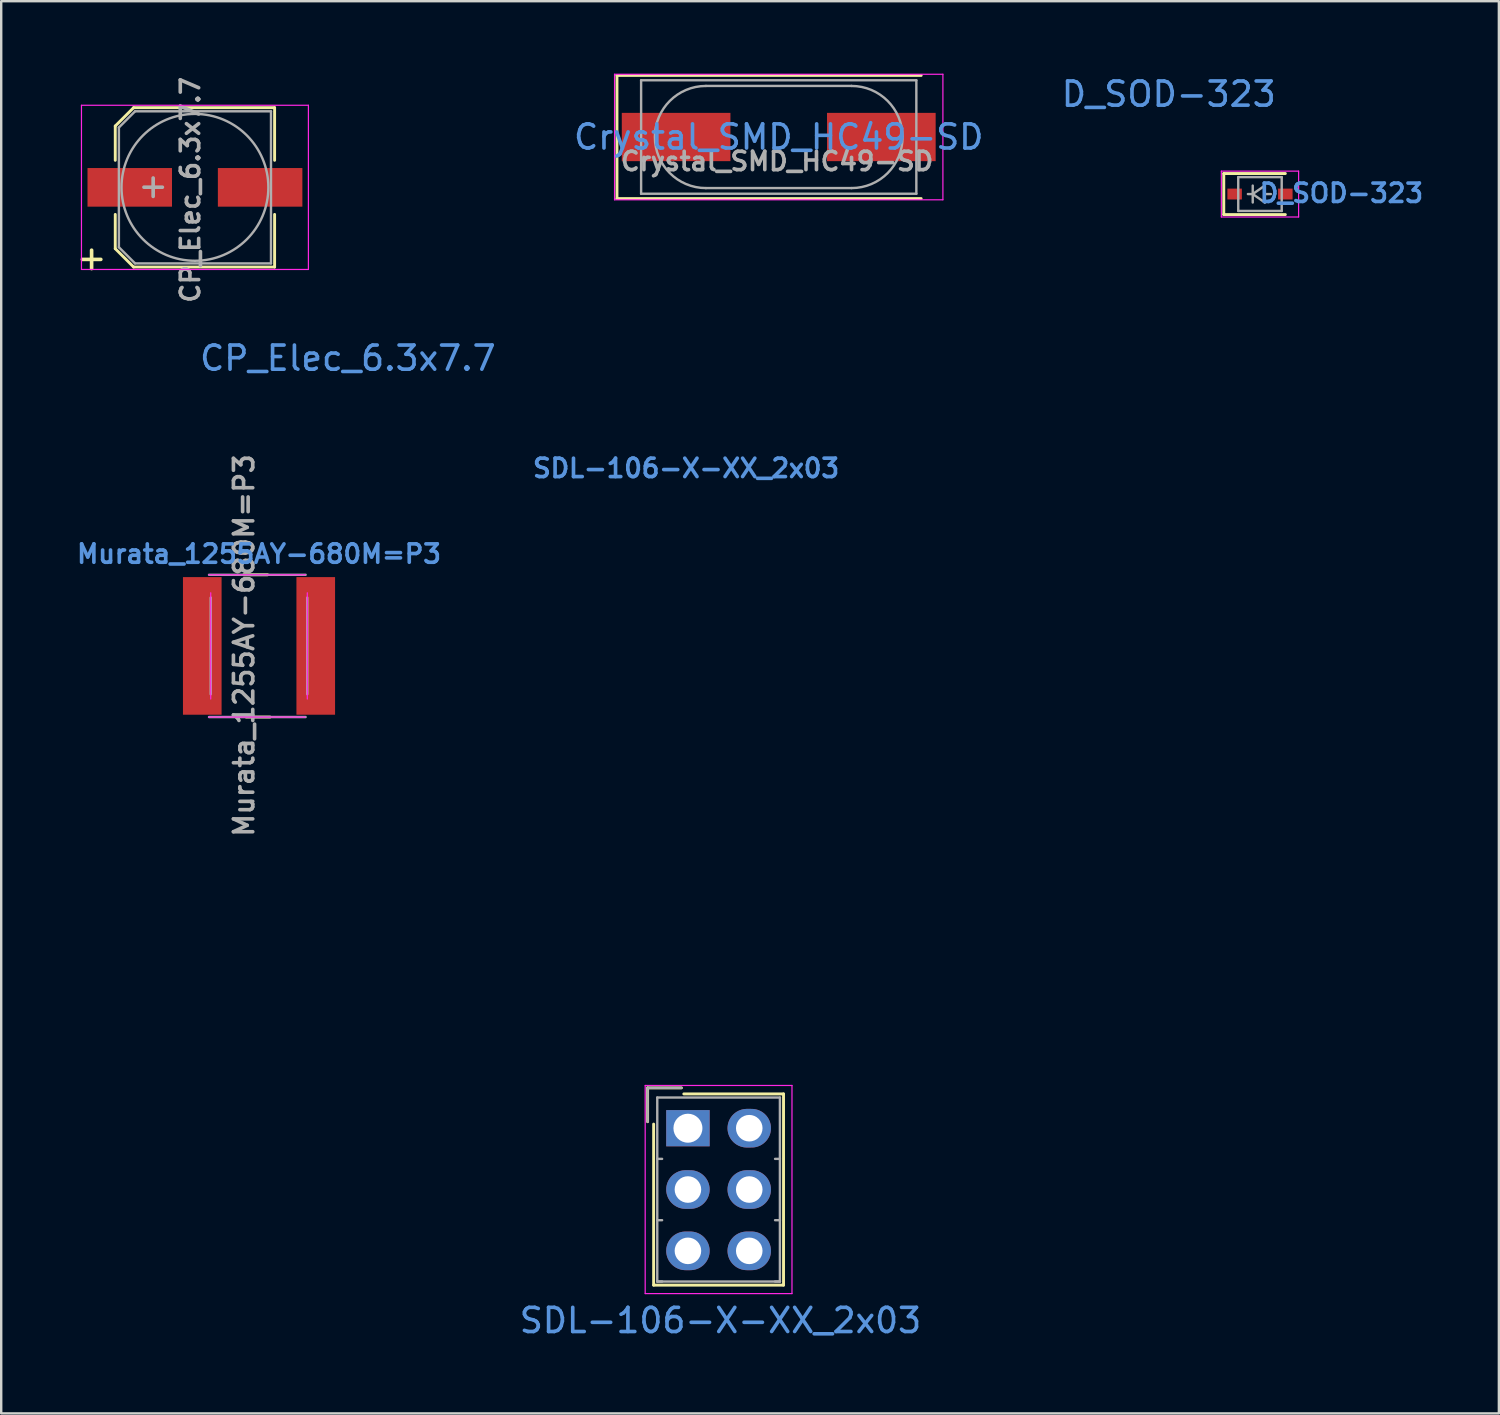
<source format=kicad_pcb>
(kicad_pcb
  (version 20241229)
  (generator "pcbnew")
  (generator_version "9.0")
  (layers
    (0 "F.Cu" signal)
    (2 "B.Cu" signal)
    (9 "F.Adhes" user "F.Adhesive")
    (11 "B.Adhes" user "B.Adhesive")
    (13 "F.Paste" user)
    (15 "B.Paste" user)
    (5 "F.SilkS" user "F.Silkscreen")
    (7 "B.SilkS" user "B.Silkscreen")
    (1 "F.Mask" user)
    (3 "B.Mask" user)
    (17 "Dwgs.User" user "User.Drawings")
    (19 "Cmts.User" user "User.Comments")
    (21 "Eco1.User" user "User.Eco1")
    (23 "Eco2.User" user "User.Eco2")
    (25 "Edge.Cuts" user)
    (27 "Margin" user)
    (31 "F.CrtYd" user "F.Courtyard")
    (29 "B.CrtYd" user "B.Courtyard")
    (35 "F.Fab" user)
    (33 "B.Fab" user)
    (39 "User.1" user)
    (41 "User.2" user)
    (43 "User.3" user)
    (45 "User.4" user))
  (footprint "CP_Elec_6.3x7.7"
    (layer "F.Cu")
    (at 5.024 4.71)
    (property "Reference" "CP_Elec_6.3x7.7" (at -0.19 0.101 90) (layer "F.Fab") (effects (font (size 0.762 0.762) (thickness 0.15))))
    (attr smd)
    (fp_line (start -3.3 -2.54) (end -3.3 -1.12) (stroke (width 0.12) (type solid)) (layer "F.SilkS"))
    (fp_line (start -3.3 -2.54) (end -2.54 -3.3) (stroke (width 0.12) (type solid)) (layer "F.SilkS"))
    (fp_line (start -3.3 2.54) (end -3.3 1.12) (stroke (width 0.12) (type solid)) (layer "F.SilkS"))
    (fp_line (start -2.54 -3.3) (end 3.3 -3.3) (stroke (width 0.12) (type solid)) (layer "F.SilkS"))
    (fp_line (start -2.54 3.3) (end -3.3 2.54) (stroke (width 0.12) (type solid)) (layer "F.SilkS"))
    (fp_line (start 3.3 -3.3) (end 3.3 -1.12) (stroke (width 0.12) (type solid)) (layer "F.SilkS"))
    (fp_line (start 3.3 3.3) (end -2.54 3.3) (stroke (width 0.12) (type solid)) (layer "F.SilkS"))
    (fp_line (start 3.3 3.3) (end 3.3 1.12) (stroke (width 0.12) (type solid)) (layer "F.SilkS"))
    (fp_line (start -4.7 -3.4) (end -4.7 3.4) (stroke (width 0.05) (type solid)) (layer "F.CrtYd"))
    (fp_line (start -4.7 -3.4) (end 4.7 -3.4) (stroke (width 0.05) (type solid)) (layer "F.CrtYd"))
    (fp_line (start 4.7 3.4) (end -4.7 3.4) (stroke (width 0.05) (type solid)) (layer "F.CrtYd"))
    (fp_line (start 4.7 3.4) (end 4.7 -3.4) (stroke (width 0.05) (type solid)) (layer "F.CrtYd"))
    (fp_line (start -3.15 -2.48) (end -3.15 2.48) (stroke (width 0.1) (type solid)) (layer "F.Fab"))
    (fp_line (start -3.15 2.48) (end -2.48 3.15) (stroke (width 0.1) (type solid)) (layer "F.Fab"))
    (fp_line (start -2.48 -3.15) (end -3.15 -2.48) (stroke (width 0.1) (type solid)) (layer "F.Fab"))
    (fp_line (start -2.48 3.15) (end 3.15 3.15) (stroke (width 0.1) (type solid)) (layer "F.Fab"))
    (fp_line (start 3.15 -3.15) (end -2.48 -3.15) (stroke (width 0.1) (type solid)) (layer "F.Fab"))
    (fp_line (start 3.15 3.15) (end 3.15 -3.15) (stroke (width 0.1) (type solid)) (layer "F.Fab"))
    (fp_circle (center 0 0) (end 0.5 3) (stroke (width 0.1) (type solid)) (fill no) (layer "F.Fab"))
    (fp_text user "+" (at -4.28 2.91 0) (layer "F.SilkS") (effects (font (size 1 1) (thickness 0.15))))
    (fp_text user "${REFERENCE}" (at 6.335 7.076 0) (layer "Cmts.User") (effects (font (size 1 1) (thickness 0.15))))
    (fp_text user "+" (at -1.73 -0.08 0) (layer "F.Fab") (effects (font (size 1 1) (thickness 0.15))))
    (pad "1" smd rect (at -2.7 0 180) (size 3.5 1.6) (layers "F.Cu" "F.Mask" "F.Paste"))
    (pad "2" smd rect (at 2.7 0 180) (size 3.5 1.6) (layers "F.Cu" "F.Mask" "F.Paste")))
  (footprint "D_SOD-323"
    (layer "F.Cu")
    (at 49.137 4.987)
    (property "Reference" "D_SOD-323" (at 3.372 -0.038 0) (layer "Cmts.User") (effects (font (size 0.762 0.762) (thickness 0.15))))
    (attr smd)
    (fp_line (start -1.5 -0.85) (end -1.5 0.85) (stroke (width 0.12) (type solid)) (layer "F.SilkS"))
    (fp_line (start -1.5 -0.85) (end 1.05 -0.85) (stroke (width 0.12) (type solid)) (layer "F.SilkS"))
    (fp_line (start -1.5 0.85) (end 1.05 0.85) (stroke (width 0.12) (type solid)) (layer "F.SilkS"))
    (fp_line (start -1.6 -0.95) (end -1.6 0.95) (stroke (width 0.05) (type solid)) (layer "F.CrtYd"))
    (fp_line (start -1.6 -0.95) (end 1.6 -0.95) (stroke (width 0.05) (type solid)) (layer "F.CrtYd"))
    (fp_line (start -1.6 0.95) (end 1.6 0.95) (stroke (width 0.05) (type solid)) (layer "F.CrtYd"))
    (fp_line (start 1.6 -0.95) (end 1.6 0.95) (stroke (width 0.05) (type solid)) (layer "F.CrtYd"))
    (fp_line (start -0.9 -0.7) (end 0.9 -0.7) (stroke (width 0.1) (type solid)) (layer "F.Fab"))
    (fp_line (start -0.9 0.7) (end -0.9 -0.7) (stroke (width 0.1) (type solid)) (layer "F.Fab"))
    (fp_line (start -0.3 -0.35) (end -0.3 0.35) (stroke (width 0.1) (type solid)) (layer "F.Fab"))
    (fp_line (start -0.3 0) (end -0.5 0) (stroke (width 0.1) (type solid)) (layer "F.Fab"))
    (fp_line (start -0.3 0) (end 0.2 -0.35) (stroke (width 0.1) (type solid)) (layer "F.Fab"))
    (fp_line (start 0.2 -0.35) (end 0.2 0.35) (stroke (width 0.1) (type solid)) (layer "F.Fab"))
    (fp_line (start 0.2 0) (end 0.45 0) (stroke (width 0.1) (type solid)) (layer "F.Fab"))
    (fp_line (start 0.2 0.35) (end -0.3 0) (stroke (width 0.1) (type solid)) (layer "F.Fab"))
    (fp_line (start 0.9 -0.7) (end 0.9 0.7) (stroke (width 0.1) (type solid)) (layer "F.Fab"))
    (fp_line (start 0.9 0.7) (end -0.9 0.7) (stroke (width 0.1) (type solid)) (layer "F.Fab"))
    (fp_text user "${REFERENCE}" (at -3.778 -4.138 0) (layer "Cmts.User") (effects (font (size 1 1) (thickness 0.15))))
    (pad "1" smd rect (at -1.05 0) (size 0.6 0.45) (layers "F.Cu" "F.Mask" "F.Paste"))
    (pad "2" smd rect (at 1.05 0) (size 0.6 0.45) (layers "F.Cu" "F.Mask" "F.Paste")))
  (footprint "Murata_1255AY-680M=P3"
    (layer "F.Cu")
    (at 7.678 23.703)
    (property "Reference" "Murata_1255AY-680M=P3" (at 0 -3.81 0) (layer "Cmts.User") (effects (font (size 0.762 0.762) (thickness 0.15))))
    (attr smd)
    (fp_line (start -0.634 -2.946) (end 0.356 -2.946) (stroke (width 0.12) (type solid)) (layer "F.SilkS"))
    (fp_line (start -0.533 2.946) (end 0.457 2.946) (stroke (width 0.12) (type solid)) (layer "F.SilkS"))
    (fp_line (start -2.083 2.946) (end 1.917 2.946) (stroke (width 0.05) (type solid)) (layer "F.CrtYd"))
    (fp_line (start -2 -2.2) (end -2 2.2) (stroke (width 0.05) (type solid)) (layer "F.CrtYd"))
    (fp_line (start 1.917 -2.946) (end -2.083 -2.946) (stroke (width 0.05) (type solid)) (layer "F.CrtYd"))
    (fp_line (start 2 2.2) (end 2 -2.2) (stroke (width 0.05) (type solid)) (layer "F.CrtYd"))
    (fp_line (start -2.07 2.946) (end 1.93 2.946) (stroke (width 0.1) (type solid)) (layer "F.Fab"))
    (fp_line (start -2 -2) (end -2 2) (stroke (width 0.1) (type solid)) (layer "F.Fab"))
    (fp_line (start 1.93 -2.946) (end -2.07 -2.946) (stroke (width 0.1) (type solid)) (layer "F.Fab"))
    (fp_line (start 2 2) (end 2 -2) (stroke (width 0.1) (type solid)) (layer "F.Fab"))
    (fp_text user "${REFERENCE}" (at -0.622 -0.018 90) (layer "F.Fab") (effects (font (size 0.8 0.8) (thickness 0.15))))
    (pad "1" smd rect (at -2.35 0) (size 1.6 5.7) (layers "F.Cu" "F.Mask" "F.Paste"))
    (pad "2" smd rect (at 2.35 0) (size 1.6 5.7) (layers "F.Cu" "F.Mask" "F.Paste")))
  (footprint "SDL-106-X-XX_2x03"
    (layer "F.Cu")
    (at 25.443 43.679)
    (property "Reference" "SDL-106-X-XX_2x03" (at -0.077 -27.335 0) (layer "Cmts.User") (effects (font (size 0.762 0.762) (thickness 0.15))))
    (attr through_hole)
    (fp_line (start -1.67 -1.67) (end -1.67 -0.27) (stroke (width 0.12) (type solid)) (layer "F.SilkS"))
    (fp_line (start -1.42 6.5) (end -1.42 -0.17) (stroke (width 0.12) (type solid)) (layer "F.SilkS"))
    (fp_line (start -0.27 -1.67) (end -1.67 -1.67) (stroke (width 0.12) (type solid)) (layer "F.SilkS"))
    (fp_line (start -0.17 -1.42) (end 3.96 -1.42) (stroke (width 0.12) (type solid)) (layer "F.SilkS"))
    (fp_line (start 3.96 -1.42) (end 3.96 6.5) (stroke (width 0.12) (type solid)) (layer "F.SilkS"))
    (fp_line (start 3.96 6.5) (end -1.42 6.5) (stroke (width 0.12) (type solid)) (layer "F.SilkS"))
    (fp_line (start -1.77 -1.77) (end -1.77 6.85) (stroke (width 0.05) (type solid)) (layer "F.CrtYd"))
    (fp_line (start -1.77 6.85) (end 4.31 6.85) (stroke (width 0.05) (type solid)) (layer "F.CrtYd"))
    (fp_line (start 4.31 -1.77) (end -1.77 -1.77) (stroke (width 0.05) (type solid)) (layer "F.CrtYd"))
    (fp_line (start 4.31 6.85) (end 4.31 -1.77) (stroke (width 0.05) (type solid)) (layer "F.CrtYd"))
    (fp_line (start -1.67 -1.67) (end -1.67 -0.27) (stroke (width 0.1) (type solid)) (layer "F.Fab"))
    (fp_line (start -1.27 -1.27) (end -1.27 6.35) (stroke (width 0.1) (type solid)) (layer "F.Fab"))
    (fp_line (start -1.27 1.27) (end -1.07 1.27) (stroke (width 0.1) (type solid)) (layer "F.Fab"))
    (fp_line (start -1.27 3.81) (end -1.07 3.81) (stroke (width 0.1) (type solid)) (layer "F.Fab"))
    (fp_line (start -1.27 6.35) (end -1.07 6.35) (stroke (width 0.1) (type solid)) (layer "F.Fab"))
    (fp_line (start -1.27 6.35) (end 3.81 6.35) (stroke (width 0.1) (type solid)) (layer "F.Fab"))
    (fp_line (start -0.27 -1.67) (end -1.67 -1.67) (stroke (width 0.1) (type solid)) (layer "F.Fab"))
    (fp_line (start 3.81 -1.27) (end -1.27 -1.27) (stroke (width 0.1) (type solid)) (layer "F.Fab"))
    (fp_line (start 3.81 1.27) (end 3.61 1.27) (stroke (width 0.1) (type solid)) (layer "F.Fab"))
    (fp_line (start 3.81 3.81) (end 3.61 3.81) (stroke (width 0.1) (type solid)) (layer "F.Fab"))
    (fp_line (start 3.81 6.35) (end 3.61 6.35) (stroke (width 0.1) (type solid)) (layer "F.Fab"))
    (fp_line (start 3.81 6.35) (end 3.81 -1.27) (stroke (width 0.1) (type solid)) (layer "F.Fab"))
    (fp_text user "${REFERENCE}" (at 1.348 7.965 0) (layer "Cmts.User") (effects (font (size 1 1) (thickness 0.15))))
    (pad "1" thru_hole rect (at 0 0) (size 1.8 1.5) (drill 1.2) (layers "*.Cu" "*.Mask"))
    (pad "2" thru_hole oval (at 2.54 0) (size 1.8 1.6) (drill 1.1) (layers "*.Cu" "*.Mask"))
    (pad "3" thru_hole oval (at 0 2.54) (size 1.8 1.6) (drill 1.1) (layers "*.Cu" "*.Mask"))
    (pad "4" thru_hole oval (at 2.54 2.54) (size 1.8 1.6) (drill 1.1) (layers "*.Cu" "*.Mask"))
    (pad "5" thru_hole oval (at 0 5.08) (size 1.8 1.6) (drill 1.1) (layers "*.Cu" "*.Mask"))
    (pad "6" thru_hole oval (at 2.54 5.08) (size 1.8 1.6) (drill 1.1) (layers "*.Cu" "*.Mask")))
  (footprint "Crystal_SMD_HC49-SD"
    (layer "F.Cu")
    (at 29.204 2.625)
    (property "Reference" "Crystal_SMD_HC49-SD" (at -0.069 1.006 0) (layer "F.Fab") (effects (font (size 0.762 0.762) (thickness 0.15))))
    (attr smd)
    (fp_line (start -6.7 -2.55) (end -6.7 2.55) (stroke (width 0.12) (type solid)) (layer "F.SilkS"))
    (fp_line (start -6.7 2.55) (end 5.9 2.55) (stroke (width 0.12) (type solid)) (layer "F.SilkS"))
    (fp_line (start 5.9 -2.55) (end -6.7 -2.55) (stroke (width 0.12) (type solid)) (layer "F.SilkS"))
    (fp_line (start -6.8 -2.6) (end -6.8 2.6) (stroke (width 0.05) (type solid)) (layer "F.CrtYd"))
    (fp_line (start -6.8 2.6) (end 6.8 2.6) (stroke (width 0.05) (type solid)) (layer "F.CrtYd"))
    (fp_line (start 6.8 -2.6) (end -6.8 -2.6) (stroke (width 0.05) (type solid)) (layer "F.CrtYd"))
    (fp_line (start 6.8 2.6) (end 6.8 -2.6) (stroke (width 0.05) (type solid)) (layer "F.CrtYd"))
    (fp_line (start -5.7 -2.35) (end -5.7 2.35) (stroke (width 0.1) (type solid)) (layer "F.Fab"))
    (fp_line (start -5.7 2.35) (end 5.7 2.35) (stroke (width 0.1) (type solid)) (layer "F.Fab"))
    (fp_line (start -3.015 -2.115) (end 3.015 -2.115) (stroke (width 0.1) (type solid)) (layer "F.Fab"))
    (fp_line (start -3.015 2.115) (end 3.015 2.115) (stroke (width 0.1) (type solid)) (layer "F.Fab"))
    (fp_line (start 5.7 -2.35) (end -5.7 -2.35) (stroke (width 0.1) (type solid)) (layer "F.Fab"))
    (fp_line (start 5.7 2.35) (end 5.7 -2.35) (stroke (width 0.1) (type solid)) (layer "F.Fab"))
    (fp_arc (start -3.015 2.115) (mid -5.13 0) (end -3.015 -2.115) (stroke (width 0.1) (type solid)) (layer "F.Fab"))
    (fp_arc (start 3.015 -2.115) (mid 5.13 0) (end 3.015 2.115) (stroke (width 0.1) (type solid)) (layer "F.Fab"))
    (fp_text user "${REFERENCE}" (at 0 0 0) (layer "Cmts.User") (effects (font (size 1 1) (thickness 0.15))))
    (pad "1" smd rect (at -4.25 0) (size 4.5 2) (layers "F.Cu" "F.Mask" "F.Paste"))
    (pad "2" smd rect (at 4.25 0) (size 4.5 2) (layers "F.Cu" "F.Mask" "F.Paste")))
  (gr_rect
    (start -3 -3)
    (end 59.032 55.492)
    (stroke (width 0.1) (type default))
    (fill no)
    (layer "Edge.Cuts")))
</source>
